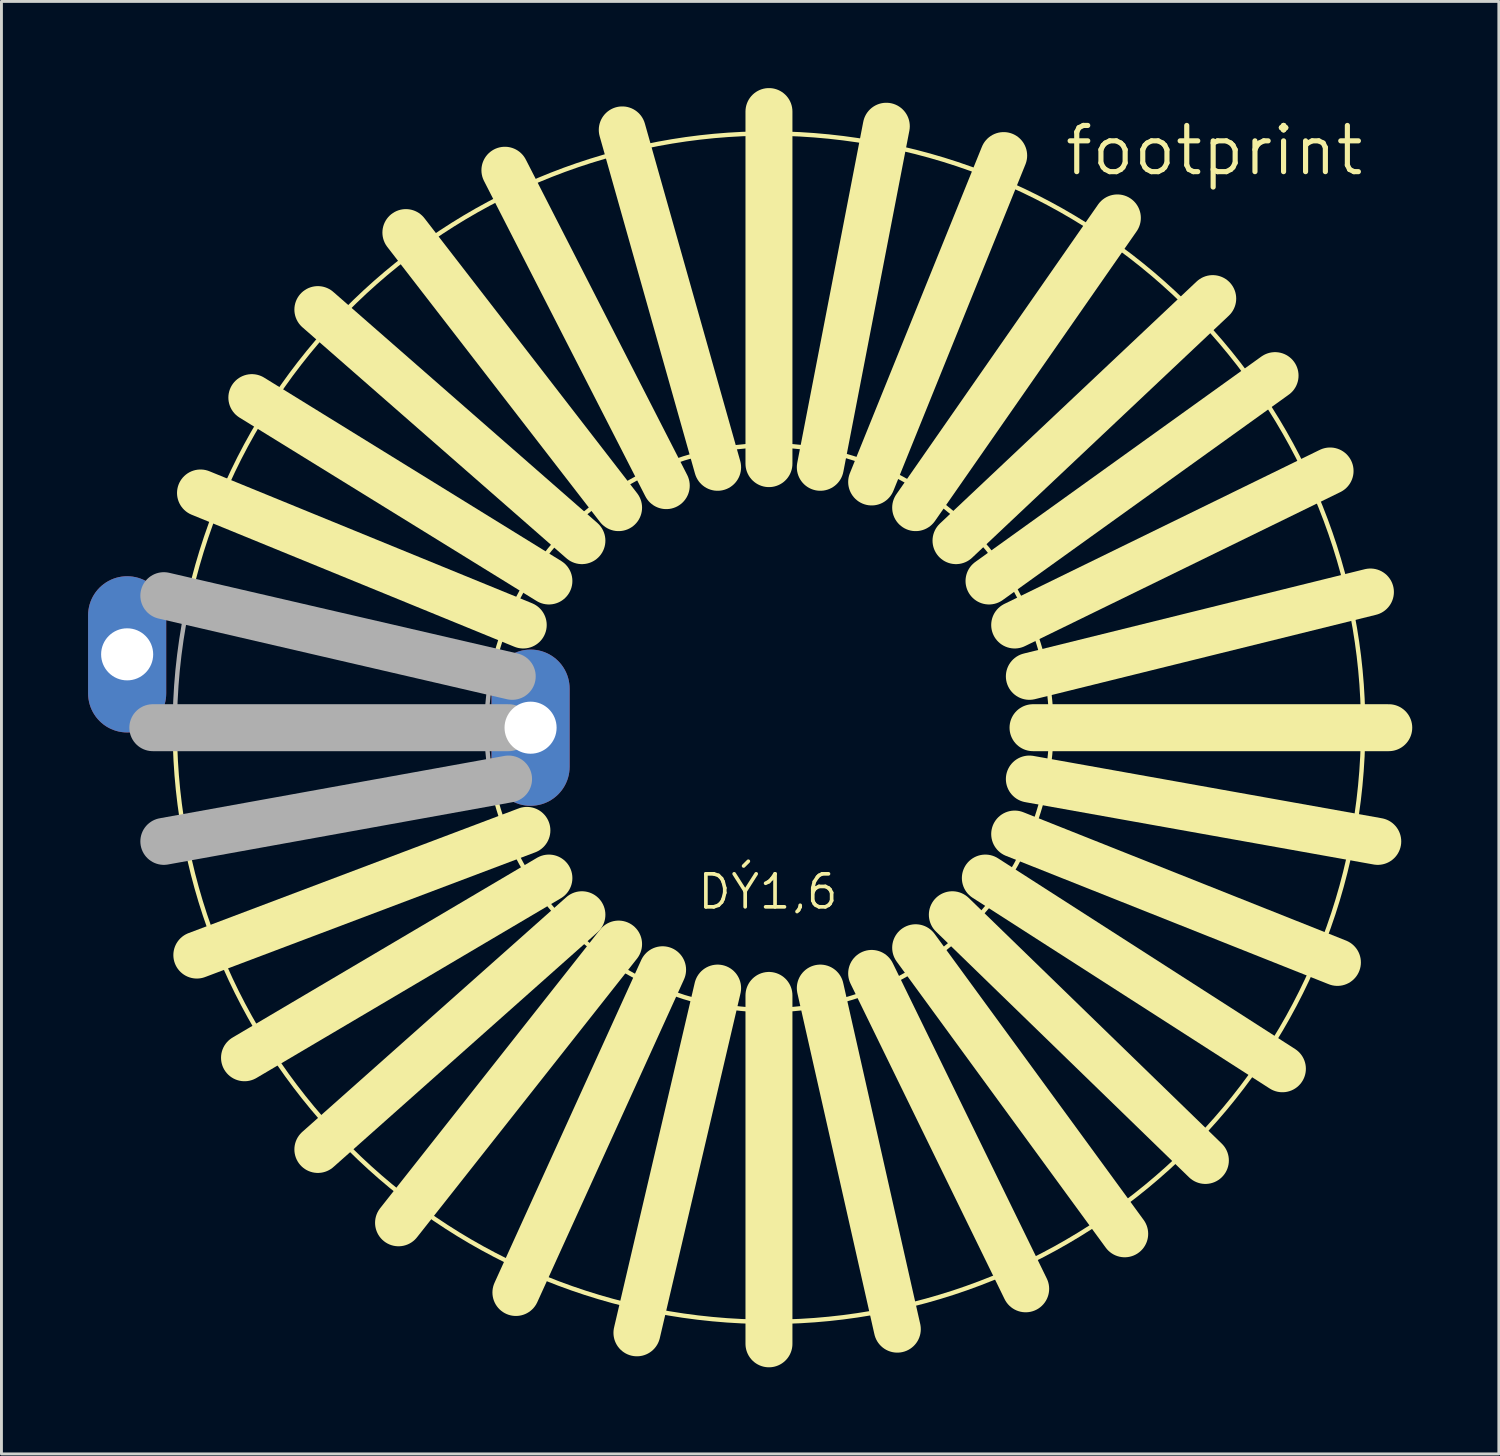
<source format=kicad_pcb>
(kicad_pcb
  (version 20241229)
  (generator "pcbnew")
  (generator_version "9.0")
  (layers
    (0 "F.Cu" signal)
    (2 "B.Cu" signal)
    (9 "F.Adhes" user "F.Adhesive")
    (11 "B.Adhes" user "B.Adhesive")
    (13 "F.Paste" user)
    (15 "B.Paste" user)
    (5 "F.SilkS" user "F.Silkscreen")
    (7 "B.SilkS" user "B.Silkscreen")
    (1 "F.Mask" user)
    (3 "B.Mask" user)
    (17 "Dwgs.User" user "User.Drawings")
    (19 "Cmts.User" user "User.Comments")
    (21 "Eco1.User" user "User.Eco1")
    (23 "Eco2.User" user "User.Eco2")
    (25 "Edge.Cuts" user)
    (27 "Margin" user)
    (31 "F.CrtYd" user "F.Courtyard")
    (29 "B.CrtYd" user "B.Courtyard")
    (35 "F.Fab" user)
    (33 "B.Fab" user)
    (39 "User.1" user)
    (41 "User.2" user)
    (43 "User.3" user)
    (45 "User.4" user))
  (footprint "footprint"
    (layer "F.Cu")
    (at 23.578 22.149)
    (property "Reference" "footprint" (at 10.16 -19.05 0) (layer "F.SilkS") (effects (font (size 1.6 1.6) (thickness 0.178)) (justify left bottom)))
    (fp_line (start -8.509 -3.556) (end -19.685 -8.128) (stroke (width 1.626) (type solid)) (layer "F.SilkS"))
    (fp_line (start -8.382 3.556) (end -19.812 7.874) (stroke (width 1.626) (type solid)) (layer "F.SilkS"))
    (fp_line (start -7.62 -5.08) (end -17.907 -11.43) (stroke (width 1.626) (type solid)) (layer "F.SilkS"))
    (fp_line (start -7.62 5.207) (end -18.161 11.43) (stroke (width 1.626) (type solid)) (layer "F.SilkS"))
    (fp_line (start -6.477 -6.477) (end -15.621 -14.478) (stroke (width 1.626) (type solid)) (layer "F.SilkS"))
    (fp_line (start -6.477 6.477) (end -15.621 14.605) (stroke (width 1.626) (type solid)) (layer "F.SilkS"))
    (fp_line (start -5.207 -7.62) (end -12.573 -17.145) (stroke (width 1.626) (type solid)) (layer "F.SilkS"))
    (fp_line (start -5.207 7.493) (end -12.827 17.145) (stroke (width 1.626) (type solid)) (layer "F.SilkS"))
    (fp_line (start -3.683 8.382) (end -8.763 19.558) (stroke (width 1.626) (type solid)) (layer "F.SilkS"))
    (fp_line (start -3.556 -8.382) (end -9.144 -19.304) (stroke (width 1.626) (type solid)) (layer "F.SilkS"))
    (fp_line (start -1.778 -9.017) (end -5.08 -20.701) (stroke (width 1.626) (type solid)) (layer "F.SilkS"))
    (fp_line (start -1.778 9.017) (end -4.572 20.955) (stroke (width 1.626) (type solid)) (layer "F.SilkS"))
    (fp_line (start 0 -9.144) (end 0 -21.336) (stroke (width 1.626) (type solid)) (layer "F.SilkS"))
    (fp_line (start 0 9.271) (end 0 21.336) (stroke (width 1.626) (type solid)) (layer "F.SilkS"))
    (fp_line (start 1.778 -9.017) (end 4.064 -20.828) (stroke (width 1.626) (type solid)) (layer "F.SilkS"))
    (fp_line (start 1.778 9.017) (end 4.445 20.828) (stroke (width 1.626) (type solid)) (layer "F.SilkS"))
    (fp_line (start 3.556 -8.509) (end 8.128 -19.812) (stroke (width 1.626) (type solid)) (layer "F.SilkS"))
    (fp_line (start 3.556 8.509) (end 8.89 19.431) (stroke (width 1.626) (type solid)) (layer "F.SilkS"))
    (fp_line (start 5.08 -7.62) (end 12.065 -17.653) (stroke (width 1.626) (type solid)) (layer "F.SilkS"))
    (fp_line (start 5.08 7.62) (end 12.319 17.526) (stroke (width 1.626) (type solid)) (layer "F.SilkS"))
    (fp_line (start 6.35 6.477) (end 15.113 14.986) (stroke (width 1.626) (type solid)) (layer "F.SilkS"))
    (fp_line (start 6.477 -6.477) (end 15.367 -14.859) (stroke (width 1.626) (type solid)) (layer "F.SilkS"))
    (fp_line (start 7.493 5.207) (end 17.78 11.811) (stroke (width 1.626) (type solid)) (layer "F.SilkS"))
    (fp_line (start 7.62 -5.08) (end 17.526 -12.192) (stroke (width 1.626) (type solid)) (layer "F.SilkS"))
    (fp_line (start 8.509 -3.556) (end 19.431 -8.89) (stroke (width 1.626) (type solid)) (layer "F.SilkS"))
    (fp_line (start 8.509 3.683) (end 19.685 8.128) (stroke (width 1.626) (type solid)) (layer "F.SilkS"))
    (fp_line (start 9.017 -1.778) (end 20.828 -4.699) (stroke (width 1.626) (type solid)) (layer "F.SilkS"))
    (fp_line (start 9.017 1.778) (end 21.082 3.937) (stroke (width 1.626) (type solid)) (layer "F.SilkS"))
    (fp_line (start 9.144 0) (end 21.463 0) (stroke (width 1.626) (type solid)) (layer "F.SilkS"))
    (fp_arc (start -20.0455 -4.6333) (mid 20.418995 2.52111) (end -20.5705 -0.381) (stroke (width 0.1524) (type solid)) (layer "F.SilkS"))
    (fp_arc (start -9.5407 -2.1458) (mid 9.779029 0) (end -9.5407 2.1458) (stroke (width 0.1524) (type solid)) (layer "F.SilkS"))
    (fp_line (start -9.017 0) (end -21.336 0) (stroke (width 1.626) (type solid)) (layer "F.Fab"))
    (fp_line (start -9.017 1.778) (end -20.955 3.937) (stroke (width 1.626) (type solid)) (layer "F.Fab"))
    (fp_line (start -8.89 -1.778) (end -20.955 -4.572) (stroke (width 1.626) (type solid)) (layer "F.Fab"))
    (fp_arc (start -20.5705 -0.381) (mid -20.418996 -2.520854) (end -20.0455 -4.6333) (stroke (width 0.1524) (type solid)) (layer "F.Fab"))
    (fp_arc (start -9.5407 2.1458) (mid -9.779029 0) (end -9.5407 -2.1458) (stroke (width 0.1524) (type solid)) (layer "F.Fab"))
    (fp_text user "DÝ1,6" (at -2.54 6.35 0) (layer "F.SilkS") (effects (font (size 1.143 1.143) (thickness 0.127)) (justify left bottom)))
    (pad "1" thru_hole oval (at -22.225 -2.54 90) (size 5.41 2.705) (drill 1.803) (layers "*.Cu" "*.Mask"))
    (pad "2" thru_hole oval (at -8.255 0 90) (size 5.41 2.705) (drill 1.803) (layers "*.Cu" "*.Mask")))
  (gr_rect
    (start -3 -3)
    (end 48.853 47.298)
    (stroke (width 0.1) (type default))
    (fill no)
    (layer "Edge.Cuts")))
</source>
